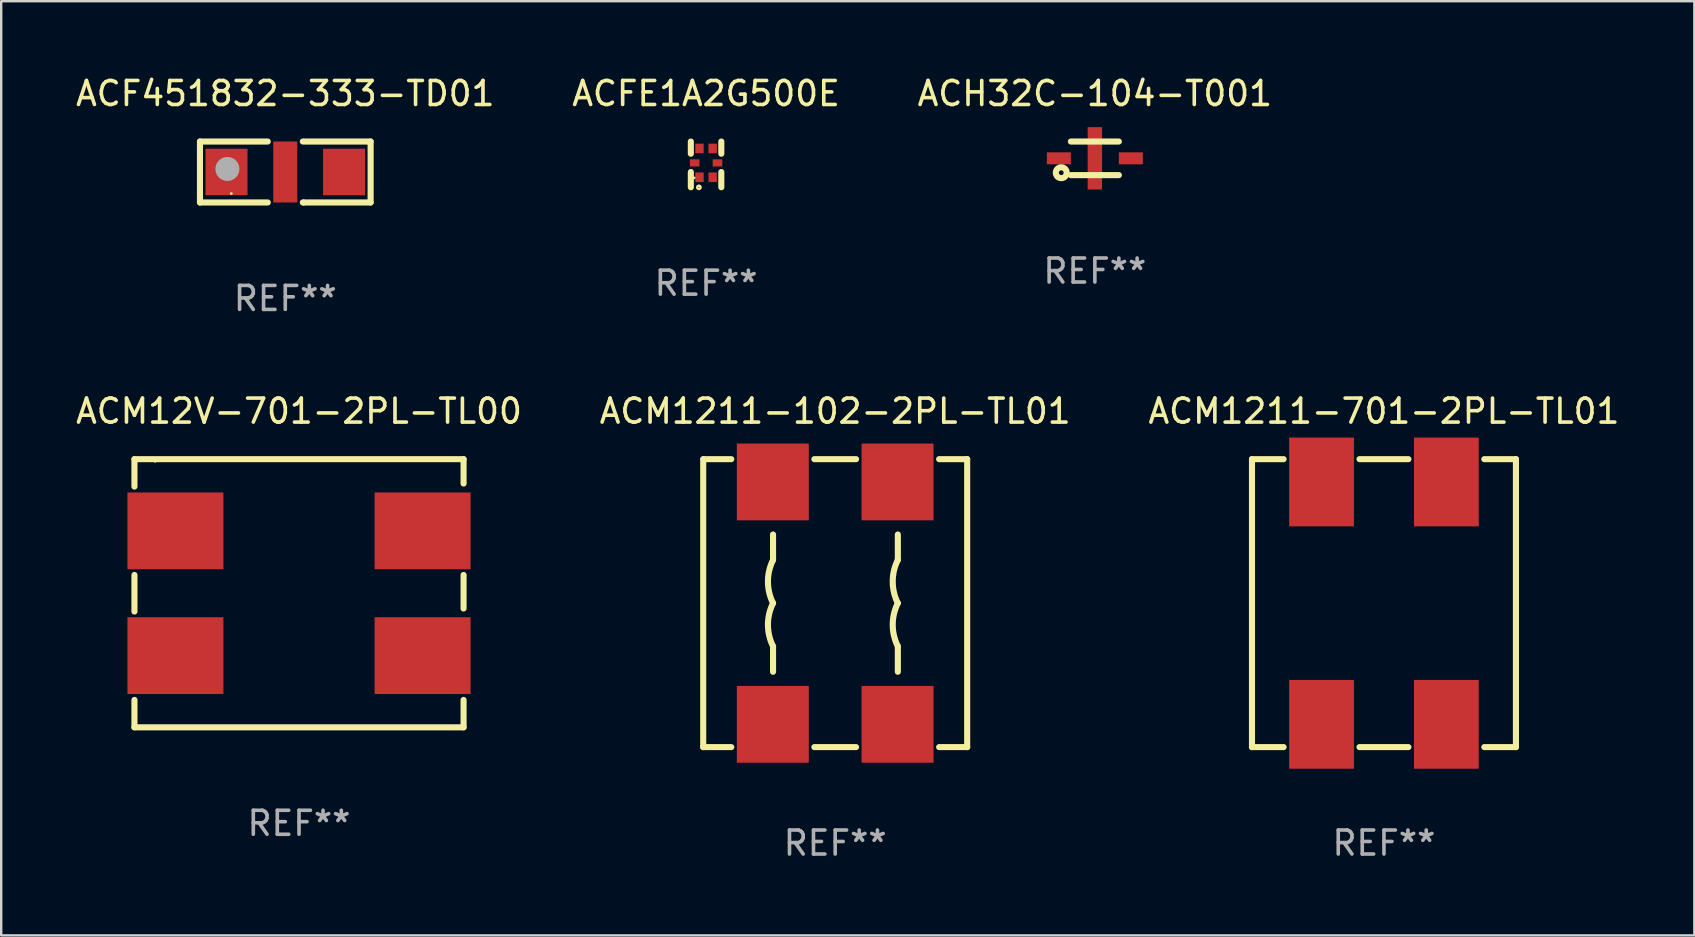
<source format=kicad_pcb>
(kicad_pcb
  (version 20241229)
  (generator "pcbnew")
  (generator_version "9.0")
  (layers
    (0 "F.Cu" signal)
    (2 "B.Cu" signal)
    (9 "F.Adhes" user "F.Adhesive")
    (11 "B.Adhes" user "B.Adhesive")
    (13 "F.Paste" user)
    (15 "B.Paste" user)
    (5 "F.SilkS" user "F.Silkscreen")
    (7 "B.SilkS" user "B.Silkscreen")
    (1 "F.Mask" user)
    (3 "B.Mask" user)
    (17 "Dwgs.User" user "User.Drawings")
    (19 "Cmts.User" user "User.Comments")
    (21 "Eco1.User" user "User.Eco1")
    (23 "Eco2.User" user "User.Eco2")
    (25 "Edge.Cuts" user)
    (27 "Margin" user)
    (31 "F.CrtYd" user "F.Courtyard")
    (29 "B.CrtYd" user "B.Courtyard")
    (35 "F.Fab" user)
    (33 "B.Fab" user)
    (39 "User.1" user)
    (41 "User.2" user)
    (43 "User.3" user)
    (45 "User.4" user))
  (footprint "ACM1211-102-2PL-TL01"
    (layer "F.Cu")
    (at 31.756 22.085)
    (property "Reference" "ACM1211-102-2PL-TL01" (at 0 -8 0) (layer "F.SilkS") (effects (font (size 1 1) (thickness 0.15))))
    (attr through_hole)
    (fp_line (start -5.5 -6) (end -5.5 6) (stroke (width 0.254) (type solid)) (layer "F.SilkS"))
    (fp_line (start -5.5 6) (end -4.331 6) (stroke (width 0.254) (type solid)) (layer "F.SilkS"))
    (fp_line (start -4.331 -6) (end -5.49 -6) (stroke (width 0.254) (type solid)) (layer "F.SilkS"))
    (fp_line (start -2.59 -2.86) (end -2.59 -1.8) (stroke (width 0.254) (type solid)) (layer "F.SilkS"))
    (fp_line (start -2.59 1.8) (end -2.59 2.86) (stroke (width 0.254) (type solid)) (layer "F.SilkS"))
    (fp_line (start -0.869 6) (end 0.869 6) (stroke (width 0.254) (type solid)) (layer "F.SilkS"))
    (fp_line (start 0.869 -6) (end -0.869 -6) (stroke (width 0.254) (type solid)) (layer "F.SilkS"))
    (fp_line (start 2.61 -2.86) (end 2.61 -1.8) (stroke (width 0.254) (type solid)) (layer "F.SilkS"))
    (fp_line (start 2.61 1.8) (end 2.61 2.86) (stroke (width 0.254) (type solid)) (layer "F.SilkS"))
    (fp_line (start 4.331 6) (end 5.5 6) (stroke (width 0.254) (type solid)) (layer "F.SilkS"))
    (fp_line (start 5.5 -6) (end 4.331 -6) (stroke (width 0.254) (type solid)) (layer "F.SilkS"))
    (fp_line (start 5.5 6) (end 5.5 -6) (stroke (width 0.254) (type solid)) (layer "F.SilkS"))
    (fp_arc (start -2.590195 0.000051) (mid -2.802648 -0.899923) (end -2.590196 -1.799898) (stroke (width 0.254001) (type solid)) (layer "F.SilkS"))
    (fp_arc (start -2.589967 1.799797) (mid -2.802446 0.899746) (end -2.589967 -0.000305) (stroke (width 0.254001) (type solid)) (layer "F.SilkS"))
    (fp_arc (start 2.609702 0.000076) (mid 2.39725 -0.899899) (end 2.609703 -1.799873) (stroke (width 0.254001) (type solid)) (layer "F.SilkS"))
    (fp_arc (start 2.609932 1.799822) (mid 2.397453 0.899772) (end 2.609931 -0.000279) (stroke (width 0.254001) (type solid)) (layer "F.SilkS"))
    (fp_circle (center -5.5 6) (end -5.47 6) (stroke (width 0.06) (type solid)) (fill no) (layer "F.SilkS"))
    (fp_text user "REF**" (at 0 10 0) (layer "F.Fab") (effects (font (size 1 1) (thickness 0.15))))
    (pad "1" smd rect (at -2.6 5.05 180) (size 3 3.2) (layers "F.Cu" "F.Mask" "F.Paste"))
    (pad "2" smd rect (at 2.6 5.05 180) (size 3 3.2) (layers "F.Cu" "F.Mask" "F.Paste"))
    (pad "3" smd rect (at 2.6 -5.05 180) (size 3 3.2) (layers "F.Cu" "F.Mask" "F.Paste"))
    (pad "4" smd rect (at -2.6 -5.05 180) (size 3 3.2) (layers "F.Cu" "F.Mask" "F.Paste")))
  (footprint "ACM1211-701-2PL-TL01"
    (layer "F.Cu")
    (at 54.625 22.085)
    (property "Reference" "ACM1211-701-2PL-TL01" (at 0 -8 0) (layer "F.SilkS") (effects (font (size 1 1) (thickness 0.15))))
    (attr through_hole)
    (fp_line (start -5.5 -6) (end -4.181 -6) (stroke (width 0.254) (type solid)) (layer "F.SilkS"))
    (fp_line (start -5.5 6) (end -5.5 -6) (stroke (width 0.254) (type solid)) (layer "F.SilkS"))
    (fp_line (start -4.181 6) (end -5.5 6) (stroke (width 0.254) (type solid)) (layer "F.SilkS"))
    (fp_line (start -1.019 -6) (end 1.019 -6) (stroke (width 0.254) (type solid)) (layer "F.SilkS"))
    (fp_line (start 1.019 6) (end -1.019 6) (stroke (width 0.254) (type solid)) (layer "F.SilkS"))
    (fp_line (start 4.181 -6) (end 5.5 -6) (stroke (width 0.254) (type solid)) (layer "F.SilkS"))
    (fp_line (start 5.5 -6) (end 5.5 6) (stroke (width 0.254) (type solid)) (layer "F.SilkS"))
    (fp_line (start 5.5 6) (end 4.181 6) (stroke (width 0.254) (type solid)) (layer "F.SilkS"))
    (fp_circle (center -5.5 6) (end -5.47 6) (stroke (width 0.06) (type solid)) (fill no) (layer "F.SilkS"))
    (fp_text user "REF**" (at 0 10 0) (layer "F.Fab") (effects (font (size 1 1) (thickness 0.15))))
    (pad "1" smd rect (at -2.6 5.05 180) (size 2.7 3.7) (layers "F.Cu" "F.Mask" "F.Paste"))
    (pad "2" smd rect (at 2.6 5.05 180) (size 2.7 3.7) (layers "F.Cu" "F.Mask" "F.Paste"))
    (pad "3" smd rect (at 2.6 -5.05 180) (size 2.7 3.7) (layers "F.Cu" "F.Mask" "F.Paste"))
    (pad "4" smd rect (at -2.6 -5.05 180) (size 2.7 3.7) (layers "F.Cu" "F.Mask" "F.Paste")))
  (footprint "ACM12V-701-2PL-TL00"
    (layer "F.Cu")
    (at 9.411 21.673)
    (property "Reference" "ACM12V-701-2PL-TL00" (at 0 -7.588 0) (layer "F.SilkS") (effects (font (size 1 1) (thickness 0.15))))
    (attr through_hole)
    (fp_line (start -6.858 -5.588) (end 6.858 -5.588) (stroke (width 0.254) (type solid)) (layer "F.SilkS"))
    (fp_line (start -6.858 -4.445) (end -6.858 -5.588) (stroke (width 0.254) (type solid)) (layer "F.SilkS"))
    (fp_line (start -6.858 -0.762) (end -6.858 0.762) (stroke (width 0.254) (type solid)) (layer "F.SilkS"))
    (fp_line (start -6.858 4.445) (end -6.858 5.588) (stroke (width 0.254) (type solid)) (layer "F.SilkS"))
    (fp_line (start -6.858 5.588) (end 6.858 5.588) (stroke (width 0.254) (type solid)) (layer "F.SilkS"))
    (fp_line (start 6.858 -5.588) (end 6.858 -4.572) (stroke (width 0.254) (type solid)) (layer "F.SilkS"))
    (fp_line (start 6.858 -0.762) (end 6.858 0.635) (stroke (width 0.254) (type solid)) (layer "F.SilkS"))
    (fp_line (start 6.858 5.588) (end 6.858 4.445) (stroke (width 0.254) (type solid)) (layer "F.SilkS"))
    (fp_circle (center -6 -5.5) (end -5.97 -5.5) (stroke (width 0.06) (type solid)) (fill no) (layer "F.SilkS"))
    (fp_text user "REF**" (at 0 9.588 0) (layer "F.Fab") (effects (font (size 1 1) (thickness 0.15))))
    (pad "1" smd rect (at -5.15 -2.6) (size 4 3.2) (layers "F.Cu" "F.Mask" "F.Paste"))
    (pad "2" smd rect (at -5.15 2.6) (size 4 3.2) (layers "F.Cu" "F.Mask" "F.Paste"))
    (pad "3" smd rect (at 5.15 2.6) (size 4 3.2) (layers "F.Cu" "F.Mask" "F.Paste"))
    (pad "4" smd rect (at 5.15 -2.6) (size 4 3.2) (layers "F.Cu" "F.Mask" "F.Paste")))
  (footprint "ACFE1A2G500E"
    (layer "F.Cu")
    (at 26.375 3.801)
    (property "Reference" "ACFE1A2G500E" (at 0 -2.953 0) (layer "F.SilkS") (effects (font (size 1 1) (thickness 0.15))))
    (attr through_hole)
    (fp_line (start -0.635 -0.445) (end -0.635 -0.953) (stroke (width 0.254) (type solid)) (layer "F.SilkS"))
    (fp_line (start -0.635 0.953) (end -0.635 0.318) (stroke (width 0.254) (type solid)) (layer "F.SilkS"))
    (fp_line (start 0.635 -0.445) (end 0.635 -0.953) (stroke (width 0.254) (type solid)) (layer "F.SilkS"))
    (fp_line (start 0.635 0.953) (end 0.635 0.318) (stroke (width 0.254) (type solid)) (layer "F.SilkS"))
    (fp_circle (center -0.5 0.562) (end -0.47 0.562) (stroke (width 0.06) (type solid)) (fill no) (layer "F.SilkS"))
    (fp_circle (center -0.3 0.956) (end -0.23 0.956) (stroke (width 0.1) (type solid)) (fill no) (layer "F.SilkS"))
    (fp_text user "REF**" (at 0 4.953 0) (layer "F.Fab") (effects (font (size 1 1) (thickness 0.15))))
    (pad "1" smd rect (at -0.275 0.537) (size 0.35 0.4) (layers "F.Cu" "F.Mask" "F.Paste"))
    (pad "2" smd rect (at 0.275 0.537) (size 0.35 0.4) (layers "F.Cu" "F.Mask" "F.Paste"))
    (pad "3" smd rect (at 0.275 -0.664 180) (size 0.35 0.4) (layers "F.Cu" "F.Mask" "F.Paste"))
    (pad "4" smd rect (at -0.275 -0.664 180) (size 0.35 0.4) (layers "F.Cu" "F.Mask" "F.Paste"))
    (pad "5" smd rect (at -0.475 -0.063 270) (size 0.3 0.4) (layers "F.Cu" "F.Mask" "F.Paste"))
    (pad "6" smd rect (at 0.475 -0.063 90) (size 0.3 0.4) (layers "F.Cu" "F.Mask" "F.Paste")))
  (footprint "ACF451832-333-TD01"
    (layer "F.Cu")
    (at 8.839 4.118)
    (property "Reference" "ACF451832-333-TD01" (at 0 -3.27 0) (layer "F.SilkS") (effects (font (size 1 1) (thickness 0.15))))
    (attr through_hole)
    (fp_line (start -3.556 -1.27) (end -3.556 1.27) (stroke (width 0.254) (type solid)) (layer "F.SilkS"))
    (fp_line (start -3.556 1.27) (end -0.731 1.27) (stroke (width 0.254) (type solid)) (layer "F.SilkS"))
    (fp_line (start -0.731 -1.27) (end -3.556 -1.27) (stroke (width 0.254) (type solid)) (layer "F.SilkS"))
    (fp_line (start 0.731 1.27) (end 0.762 1.27) (stroke (width 0.254) (type solid)) (layer "F.SilkS"))
    (fp_line (start 0.762 1.27) (end 3.556 1.27) (stroke (width 0.254) (type solid)) (layer "F.SilkS"))
    (fp_line (start 3.556 -1.27) (end 0.731 -1.27) (stroke (width 0.254) (type solid)) (layer "F.SilkS"))
    (fp_line (start 3.556 1.27) (end 3.556 -1.27) (stroke (width 0.254) (type solid)) (layer "F.SilkS"))
    (fp_circle (center -2.251 0.9) (end -2.221 0.9) (stroke (width 0.06) (type solid)) (fill no) (layer "F.SilkS"))
    (fp_circle (center -2.413 -0.127) (end -2.163 -0.127) (stroke (width 0.5) (type solid)) (fill no) (layer "F.Fab"))
    (fp_text user "REF**" (at 0 5.27 0) (layer "F.Fab") (effects (font (size 1 1) (thickness 0.15))))
    (pad "1" smd rect (at -2.45 0 180) (size 1.75 1.94) (layers "F.Cu" "F.Mask" "F.Paste"))
    (pad "2" smd rect (at 0 0 180) (size 1 2.54) (layers "F.Cu" "F.Mask" "F.Paste"))
    (pad "3" smd rect (at 2.45 0 180) (size 1.75 1.94) (layers "F.Cu" "F.Mask" "F.Paste")))
  (footprint "ACH32C-104-T001"
    (layer "F.Cu")
    (at 42.577 3.548)
    (property "Reference" "ACH32C-104-T001" (at 0 -2.7 0) (layer "F.SilkS") (effects (font (size 1 1) (thickness 0.15))))
    (attr through_hole)
    (fp_line (start -1 -0.7) (end 1 -0.7) (stroke (width 0.254) (type solid)) (layer "F.SilkS"))
    (fp_line (start -1 0.7) (end 1 0.7) (stroke (width 0.254) (type solid)) (layer "F.SilkS"))
    (fp_circle (center -1.6 0.8) (end -1.57 0.8) (stroke (width 0.06) (type solid)) (fill no) (layer "F.SilkS"))
    (fp_circle (center -1.4 0.6) (end -1.3 0.6) (stroke (width 0.254) (type solid)) (fill no) (layer "F.SilkS"))
    (fp_text user "REF**" (at 0 4.7 0) (layer "F.Fab") (effects (font (size 1 1) (thickness 0.15))))
    (pad "1" smd rect (at -1.5 0.000254 270) (size 0.5 1) (layers "F.Cu" "F.Mask" "F.Paste"))
    (pad "2" smd rect (at -0.000127 0 180) (size 0.6 2.6) (layers "F.Cu" "F.Mask" "F.Paste"))
    (pad "3" smd rect (at 1.5 0 270) (size 0.5 1) (layers "F.Cu" "F.Mask" "F.Paste")))
  (gr_rect
    (start -3 -3)
    (end 67.56 35.933)
    (stroke (width 0.1) (type default))
    (fill no)
    (layer "Edge.Cuts")))
</source>
